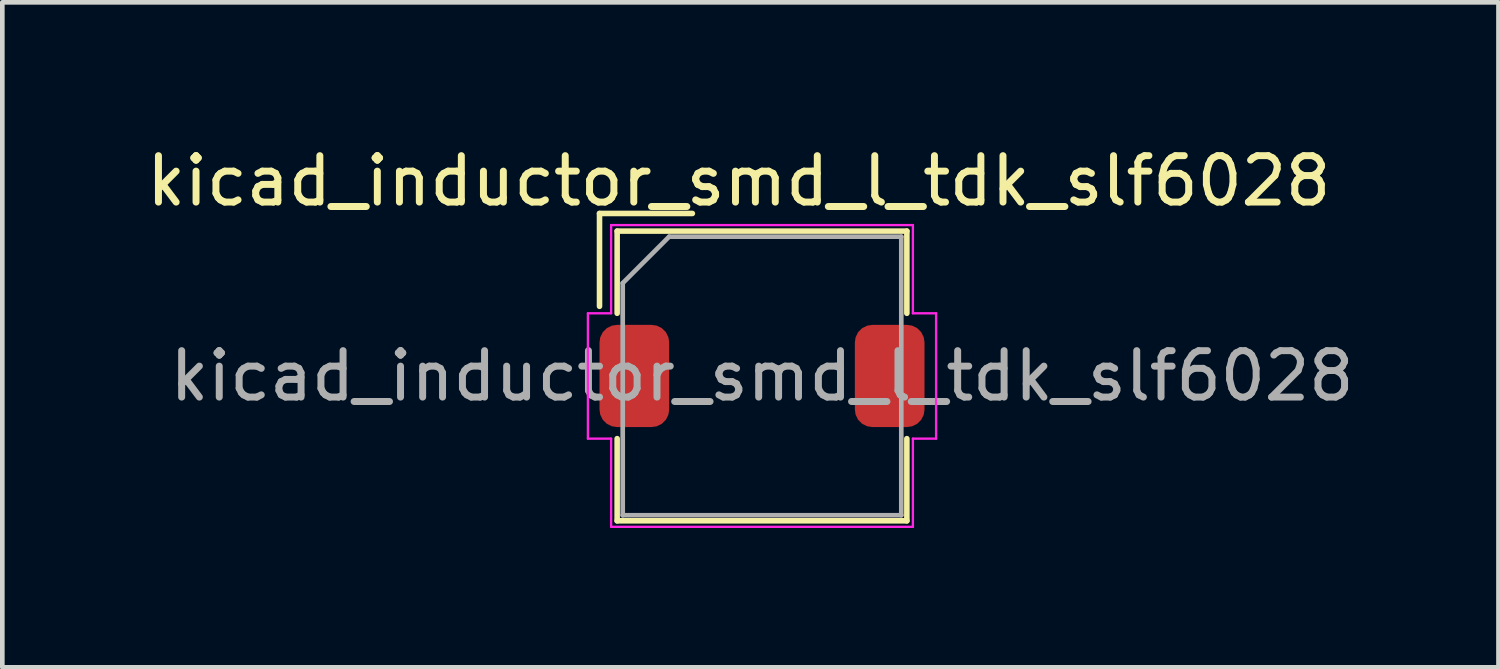
<source format=kicad_pcb>
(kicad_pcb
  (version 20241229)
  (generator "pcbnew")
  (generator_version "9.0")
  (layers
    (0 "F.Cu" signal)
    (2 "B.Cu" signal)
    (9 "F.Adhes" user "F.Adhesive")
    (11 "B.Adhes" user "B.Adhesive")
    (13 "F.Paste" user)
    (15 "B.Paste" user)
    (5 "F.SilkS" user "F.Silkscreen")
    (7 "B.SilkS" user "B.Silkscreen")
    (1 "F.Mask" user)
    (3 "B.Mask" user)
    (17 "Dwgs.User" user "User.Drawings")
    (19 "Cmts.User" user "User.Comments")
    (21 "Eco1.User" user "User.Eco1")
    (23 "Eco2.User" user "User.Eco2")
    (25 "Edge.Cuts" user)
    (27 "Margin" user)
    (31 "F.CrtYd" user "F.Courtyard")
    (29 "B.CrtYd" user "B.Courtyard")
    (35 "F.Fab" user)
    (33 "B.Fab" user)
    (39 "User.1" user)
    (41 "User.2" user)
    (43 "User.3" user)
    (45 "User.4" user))
  (footprint "kicad_inductor_smd_l_tdk_slf6028"
    (layer "F.Cu")
    (at 13.363 5.048)
    (property "Reference" "kicad_inductor_smd_l_tdk_slf6028" (at -0.5 -4.2 0) (layer "F.SilkS") (effects (font (size 1 1) (thickness 0.15))))
    (attr smd)
    (fp_line (start -3.5 -3.5) (end -1.5 -3.5) (stroke (width 0.12) (type solid)) (layer "F.SilkS"))
    (fp_line (start -3.5 -1.5) (end -3.5 -3.5) (stroke (width 0.12) (type solid)) (layer "F.SilkS"))
    (fp_line (start -3.12 -3.12) (end -3.12 -1.35) (stroke (width 0.12) (type solid)) (layer "F.SilkS"))
    (fp_line (start -3.12 -3.12) (end 3.12 -3.12) (stroke (width 0.12) (type solid)) (layer "F.SilkS"))
    (fp_line (start -3.12 1.35) (end -3.12 3.12) (stroke (width 0.12) (type solid)) (layer "F.SilkS"))
    (fp_line (start -3.12 3.12) (end 3.12 3.12) (stroke (width 0.12) (type solid)) (layer "F.SilkS"))
    (fp_line (start 3.12 -3.12) (end 3.12 -1.35) (stroke (width 0.12) (type solid)) (layer "F.SilkS"))
    (fp_line (start 3.12 1.35) (end 3.12 3.12) (stroke (width 0.12) (type solid)) (layer "F.SilkS"))
    (fp_line (start -3.75 -1.35) (end -3.75 1.35) (stroke (width 0.05) (type solid)) (layer "F.CrtYd"))
    (fp_line (start -3.75 1.35) (end -3.25 1.35) (stroke (width 0.05) (type solid)) (layer "F.CrtYd"))
    (fp_line (start -3.25 -3.25) (end -3.25 -1.35) (stroke (width 0.05) (type solid)) (layer "F.CrtYd"))
    (fp_line (start -3.25 -3.25) (end 3.25 -3.25) (stroke (width 0.05) (type solid)) (layer "F.CrtYd"))
    (fp_line (start -3.25 -1.35) (end -3.75 -1.35) (stroke (width 0.05) (type solid)) (layer "F.CrtYd"))
    (fp_line (start -3.25 1.35) (end -3.25 3.25) (stroke (width 0.05) (type solid)) (layer "F.CrtYd"))
    (fp_line (start -3.25 3.25) (end 3.25 3.25) (stroke (width 0.05) (type solid)) (layer "F.CrtYd"))
    (fp_line (start 3.25 -3.25) (end 3.25 -1.35) (stroke (width 0.05) (type solid)) (layer "F.CrtYd"))
    (fp_line (start 3.25 -1.35) (end 3.75 -1.35) (stroke (width 0.05) (type solid)) (layer "F.CrtYd"))
    (fp_line (start 3.25 1.35) (end 3.25 3.25) (stroke (width 0.05) (type solid)) (layer "F.CrtYd"))
    (fp_line (start 3.75 -1.35) (end 3.75 1.35) (stroke (width 0.05) (type solid)) (layer "F.CrtYd"))
    (fp_line (start 3.75 1.35) (end 3.25 1.35) (stroke (width 0.05) (type solid)) (layer "F.CrtYd"))
    (fp_line (start -3 -2) (end -2 -3) (stroke (width 0.1) (type solid)) (layer "F.Fab"))
    (fp_line (start -3 3) (end -3 -2) (stroke (width 0.1) (type solid)) (layer "F.Fab"))
    (fp_line (start -2 -3) (end 3 -3) (stroke (width 0.1) (type solid)) (layer "F.Fab"))
    (fp_line (start 3 -3) (end 3 3) (stroke (width 0.1) (type solid)) (layer "F.Fab"))
    (fp_line (start 3 3) (end -3 3) (stroke (width 0.1) (type solid)) (layer "F.Fab"))
    (fp_text user "${REFERENCE}" (at 0 0 0) (layer "F.Fab") (effects (font (size 1 1) (thickness 0.15))))
    (pad "1" smd roundrect (at -2.75 0) (size 1.5 2.2) (layers "F.Cu" "F.Mask" "F.Paste") (roundrect_rratio 0.25))
    (pad "2" smd roundrect (at 2.75 0) (size 1.5 2.2) (layers "F.Cu" "F.Mask" "F.Paste") (roundrect_rratio 0.25)))
  (gr_rect
    (start -3 -3)
    (end 29.226 11.323)
    (stroke (width 0.1) (type default))
    (fill no)
    (layer "Edge.Cuts")))
</source>
